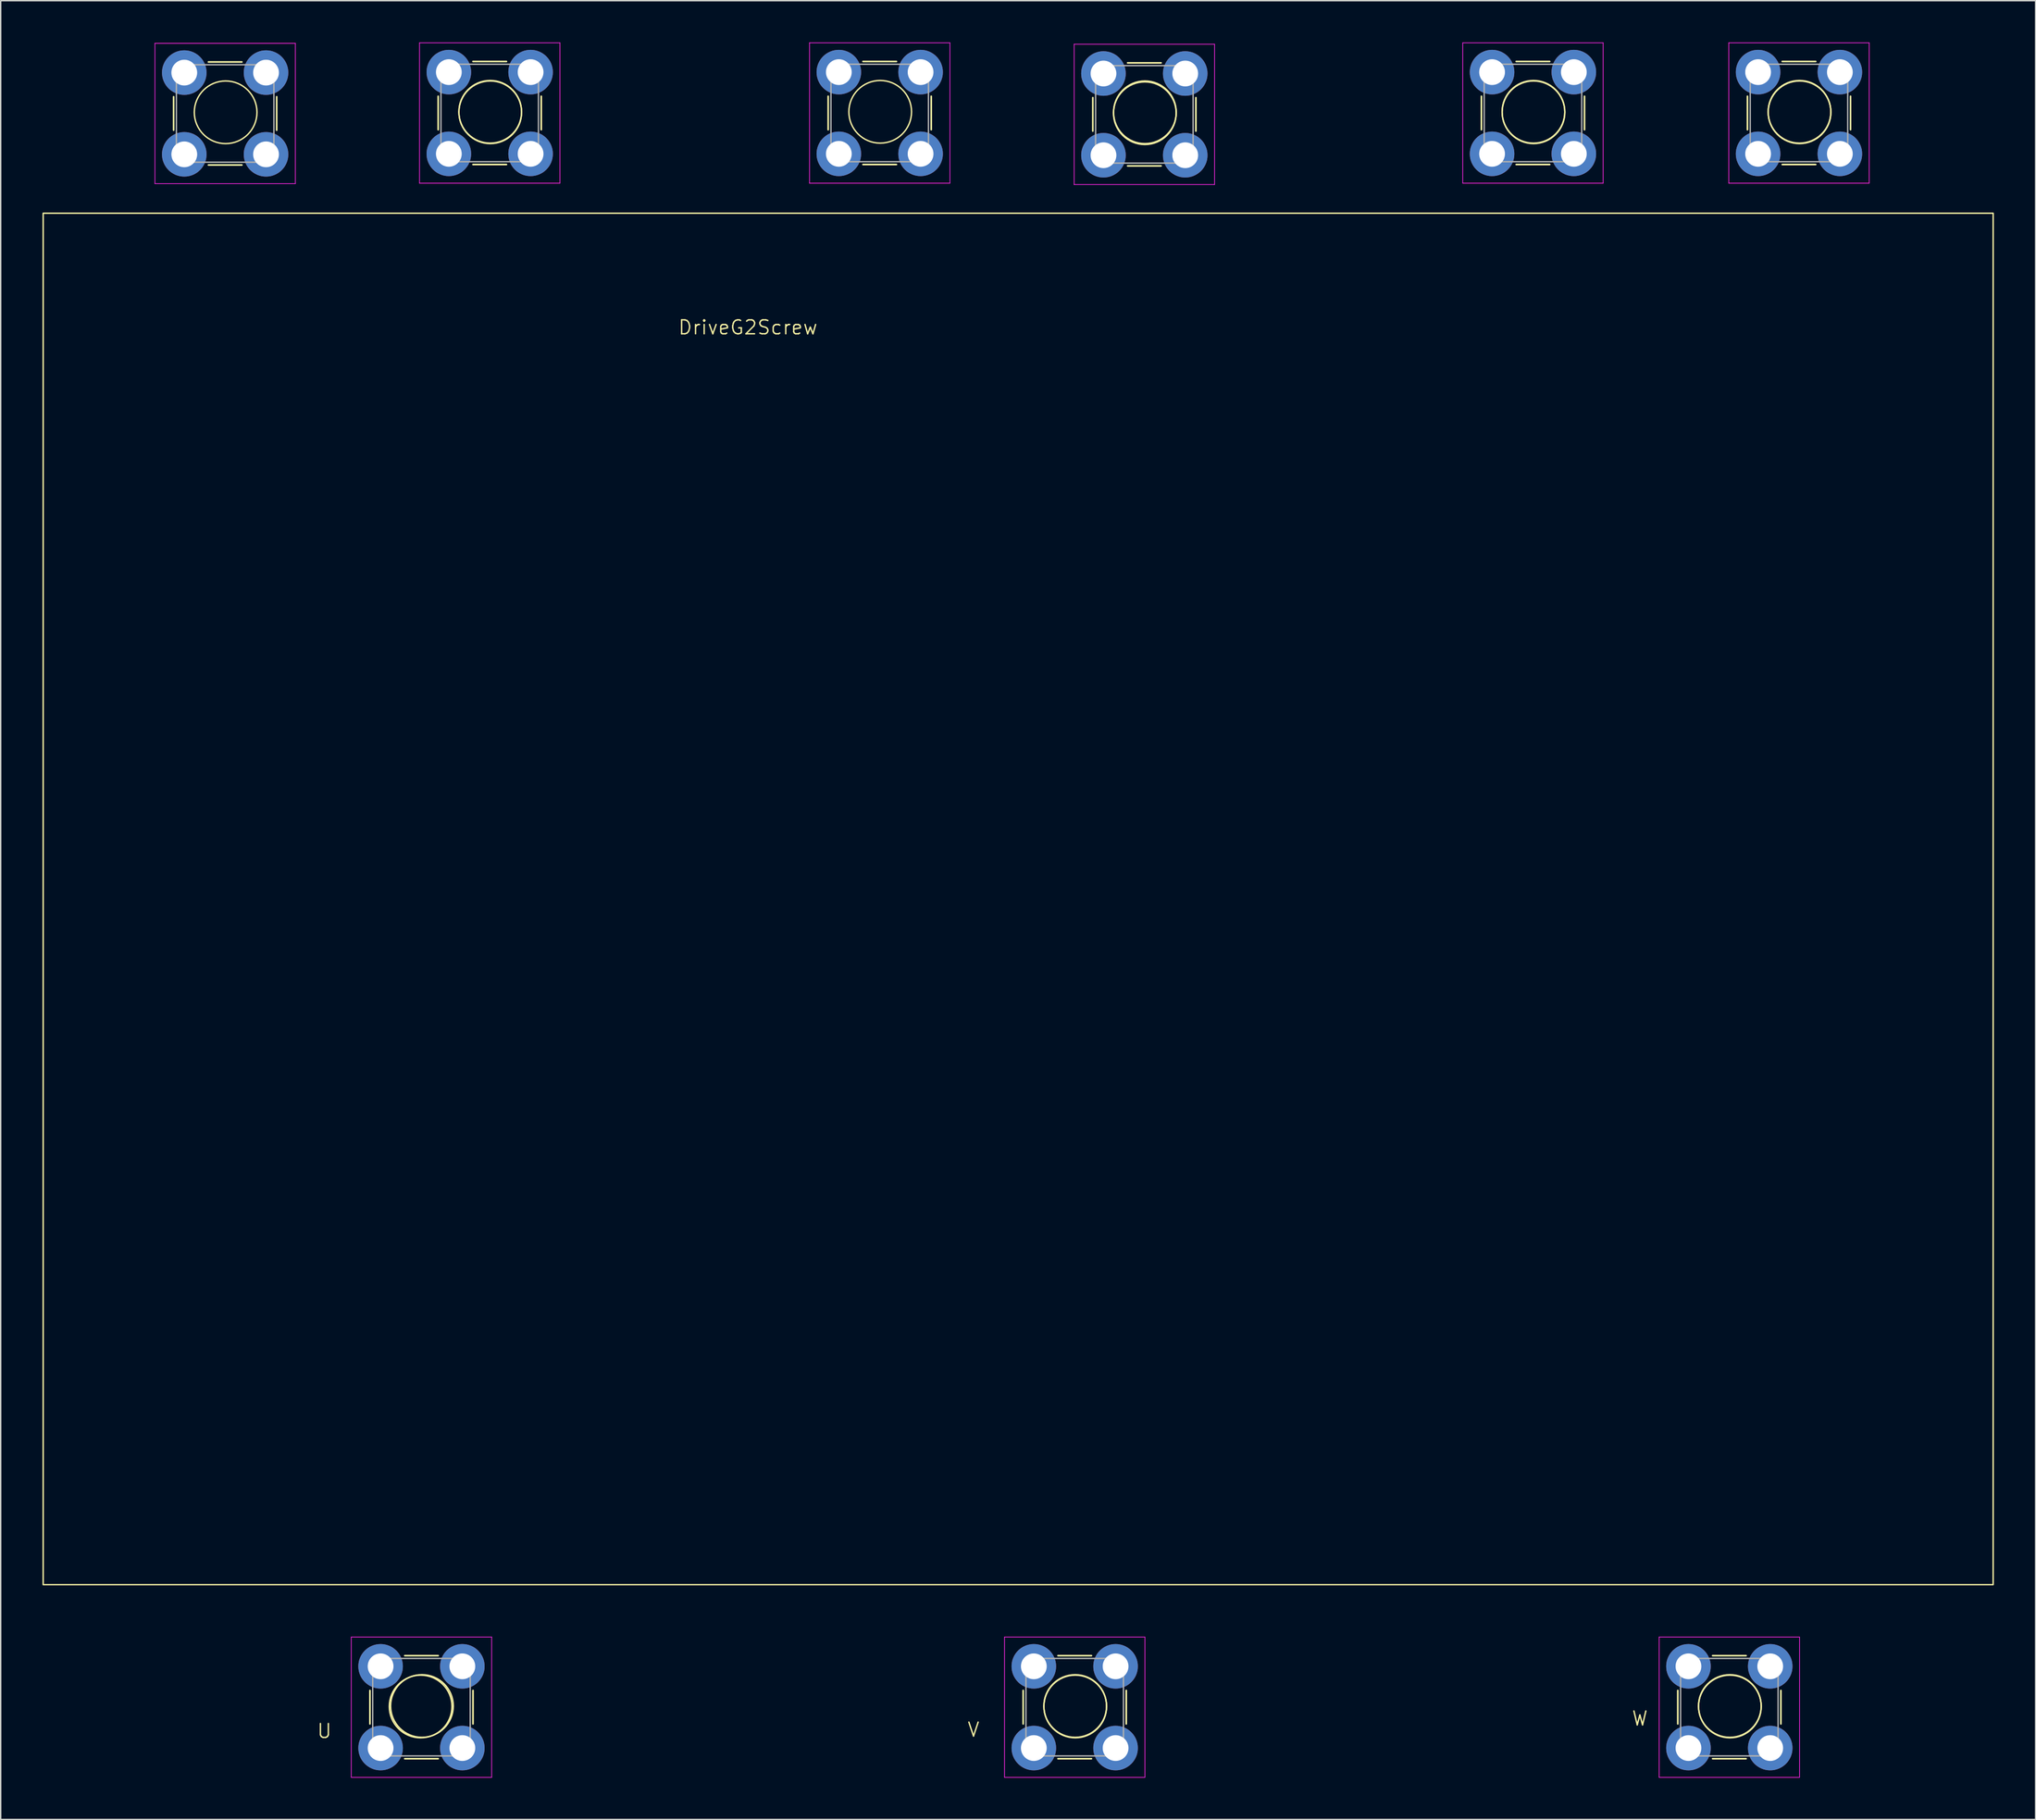
<source format=kicad_pcb>
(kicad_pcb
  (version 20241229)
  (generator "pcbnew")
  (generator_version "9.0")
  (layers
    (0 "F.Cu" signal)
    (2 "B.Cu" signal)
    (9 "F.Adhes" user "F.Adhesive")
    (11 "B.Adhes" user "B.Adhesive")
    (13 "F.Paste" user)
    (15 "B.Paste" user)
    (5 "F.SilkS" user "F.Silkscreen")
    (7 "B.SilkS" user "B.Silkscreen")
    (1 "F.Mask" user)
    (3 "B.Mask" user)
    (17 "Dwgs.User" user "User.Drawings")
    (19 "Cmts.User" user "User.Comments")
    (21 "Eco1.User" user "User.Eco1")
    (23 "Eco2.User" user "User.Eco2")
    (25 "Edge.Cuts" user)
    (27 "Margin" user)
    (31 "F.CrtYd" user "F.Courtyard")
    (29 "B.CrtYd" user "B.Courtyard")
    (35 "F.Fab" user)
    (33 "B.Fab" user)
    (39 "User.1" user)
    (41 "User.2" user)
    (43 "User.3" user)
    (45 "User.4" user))
  (footprint "DriveG2Screw"
    (layer "F.Cu")
    (at 53.55 21.265)
    (property "Reference" "DriveG2Screw" (at -2.9 -0.8 0) (unlocked yes) (layer "F.SilkS") (effects (font (size 1 1) (thickness 0.1))))
    (attr smd)
    (fp_line (start -44.135 -14.965) (end -44.135 -17.365) (stroke (width 0.12) (type solid)) (layer "F.SilkS"))
    (fp_line (start -41.635 -19.865) (end -39.235 -19.865) (stroke (width 0.12) (type solid)) (layer "F.SilkS"))
    (fp_line (start -39.235 -12.465) (end -41.635 -12.465) (stroke (width 0.12) (type solid)) (layer "F.SilkS"))
    (fp_line (start -36.735 -17.365) (end -36.735 -14.965) (stroke (width 0.12) (type solid)) (layer "F.SilkS"))
    (fp_line (start -30.04 99.5) (end -30.04 97.1) (stroke (width 0.12) (type solid)) (layer "F.SilkS"))
    (fp_line (start -27.54 94.6) (end -25.14 94.6) (stroke (width 0.12) (type solid)) (layer "F.SilkS"))
    (fp_line (start -25.14 -15) (end -25.14 -17.4) (stroke (width 0.12) (type solid)) (layer "F.SilkS"))
    (fp_line (start -25.14 102) (end -27.54 102) (stroke (width 0.12) (type solid)) (layer "F.SilkS"))
    (fp_line (start -22.64 -19.9) (end -20.24 -19.9) (stroke (width 0.12) (type solid)) (layer "F.SilkS"))
    (fp_line (start -22.64 97.1) (end -22.64 99.5) (stroke (width 0.12) (type solid)) (layer "F.SilkS"))
    (fp_line (start -20.24 -12.5) (end -22.64 -12.5) (stroke (width 0.12) (type solid)) (layer "F.SilkS"))
    (fp_line (start -17.74 -17.4) (end -17.74 -15) (stroke (width 0.12) (type solid)) (layer "F.SilkS"))
    (fp_line (start 2.86 -15) (end 2.86 -17.4) (stroke (width 0.12) (type solid)) (layer "F.SilkS"))
    (fp_line (start 5.36 -19.9) (end 7.76 -19.9) (stroke (width 0.12) (type solid)) (layer "F.SilkS"))
    (fp_line (start 7.76 -12.5) (end 5.36 -12.5) (stroke (width 0.12) (type solid)) (layer "F.SilkS"))
    (fp_line (start 10.26 -17.4) (end 10.26 -15) (stroke (width 0.12) (type solid)) (layer "F.SilkS"))
    (fp_line (start 16.86 99.5) (end 16.86 97.1) (stroke (width 0.12) (type solid)) (layer "F.SilkS"))
    (fp_line (start 19.36 94.6) (end 21.76 94.6) (stroke (width 0.12) (type solid)) (layer "F.SilkS"))
    (fp_line (start 21.76 102) (end 19.36 102) (stroke (width 0.12) (type solid)) (layer "F.SilkS"))
    (fp_line (start 21.86 -14.9) (end 21.86 -17.3) (stroke (width 0.12) (type solid)) (layer "F.SilkS"))
    (fp_line (start 24.26 97.1) (end 24.26 99.5) (stroke (width 0.12) (type solid)) (layer "F.SilkS"))
    (fp_line (start 24.36 -19.8) (end 26.76 -19.8) (stroke (width 0.12) (type solid)) (layer "F.SilkS"))
    (fp_line (start 26.76 -12.4) (end 24.36 -12.4) (stroke (width 0.12) (type solid)) (layer "F.SilkS"))
    (fp_line (start 29.26 -17.3) (end 29.26 -14.9) (stroke (width 0.12) (type solid)) (layer "F.SilkS"))
    (fp_line (start 49.76 -15) (end 49.76 -17.4) (stroke (width 0.12) (type solid)) (layer "F.SilkS"))
    (fp_line (start 52.26 -19.9) (end 54.66 -19.9) (stroke (width 0.12) (type solid)) (layer "F.SilkS"))
    (fp_line (start 54.66 -12.5) (end 52.26 -12.5) (stroke (width 0.12) (type solid)) (layer "F.SilkS"))
    (fp_line (start 57.16 -17.4) (end 57.16 -15) (stroke (width 0.12) (type solid)) (layer "F.SilkS"))
    (fp_line (start 63.86 99.5) (end 63.86 97.1) (stroke (width 0.12) (type solid)) (layer "F.SilkS"))
    (fp_line (start 66.36 94.6) (end 68.76 94.6) (stroke (width 0.12) (type solid)) (layer "F.SilkS"))
    (fp_line (start 68.76 102) (end 66.36 102) (stroke (width 0.12) (type solid)) (layer "F.SilkS"))
    (fp_line (start 68.86 -15) (end 68.86 -17.4) (stroke (width 0.12) (type solid)) (layer "F.SilkS"))
    (fp_line (start 71.26 97.1) (end 71.26 99.5) (stroke (width 0.12) (type solid)) (layer "F.SilkS"))
    (fp_line (start 71.36 -19.9) (end 73.76 -19.9) (stroke (width 0.12) (type solid)) (layer "F.SilkS"))
    (fp_line (start 73.76 -12.5) (end 71.36 -12.5) (stroke (width 0.12) (type solid)) (layer "F.SilkS"))
    (fp_line (start 76.26 -17.4) (end 76.26 -15) (stroke (width 0.12) (type solid)) (layer "F.SilkS"))
    (fp_rect (start -53.5 -9) (end 86.5 89.5) (stroke (width 0.1) (type default)) (fill no) (layer "F.SilkS"))
    (fp_circle (center -40.4 -16.25) (end -38.15 -16.25) (stroke (width 0.1) (type solid)) (fill no) (layer "F.SilkS"))
    (fp_circle (center -26.4 98.25) (end -24.15 98.25) (stroke (width 0.1) (type solid)) (fill no) (layer "F.SilkS"))
    (fp_circle (center -26.305 98.215) (end -24.055 98.215) (stroke (width 0.1) (type solid)) (fill no) (layer "F.SilkS"))
    (fp_circle (center -21.405 -16.285) (end -19.155 -16.285) (stroke (width 0.1) (type solid)) (fill no) (layer "F.SilkS"))
    (fp_circle (center -21.4 -16.25) (end -19.15 -16.25) (stroke (width 0.1) (type solid)) (fill no) (layer "F.SilkS"))
    (fp_circle (center 6.595 -16.285) (end 8.845 -16.285) (stroke (width 0.1) (type solid)) (fill no) (layer "F.SilkS"))
    (fp_circle (center 20.595 98.215) (end 22.845 98.215) (stroke (width 0.1) (type solid)) (fill no) (layer "F.SilkS"))
    (fp_circle (center 20.6 98.25) (end 22.85 98.25) (stroke (width 0.1) (type solid)) (fill no) (layer "F.SilkS"))
    (fp_circle (center 25.595 -16.185) (end 27.845 -16.185) (stroke (width 0.1) (type solid)) (fill no) (layer "F.SilkS"))
    (fp_circle (center 25.6 -16.25) (end 27.85 -16.25) (stroke (width 0.1) (type solid)) (fill no) (layer "F.SilkS"))
    (fp_circle (center 53.495 -16.285) (end 55.745 -16.285) (stroke (width 0.1) (type solid)) (fill no) (layer "F.SilkS"))
    (fp_circle (center 53.5 -16.25) (end 55.75 -16.25) (stroke (width 0.1) (type solid)) (fill no) (layer "F.SilkS"))
    (fp_circle (center 67.595 98.215) (end 69.845 98.215) (stroke (width 0.1) (type solid)) (fill no) (layer "F.SilkS"))
    (fp_circle (center 67.6 98.25) (end 69.85 98.25) (stroke (width 0.1) (type solid)) (fill no) (layer "F.SilkS"))
    (fp_circle (center 72.595 -16.285) (end 74.845 -16.285) (stroke (width 0.1) (type solid)) (fill no) (layer "F.SilkS"))
    (fp_circle (center 72.6 -16.25) (end 74.85 -16.25) (stroke (width 0.1) (type solid)) (fill no) (layer "F.SilkS"))
    (fp_line (start -45.475 -21.205) (end -35.395 -21.205) (stroke (width 0.05) (type solid)) (layer "F.CrtYd"))
    (fp_line (start -45.475 -11.125) (end -45.475 -21.205) (stroke (width 0.05) (type solid)) (layer "F.CrtYd"))
    (fp_line (start -35.395 -21.205) (end -35.395 -11.125) (stroke (width 0.05) (type solid)) (layer "F.CrtYd"))
    (fp_line (start -35.395 -11.125) (end -45.475 -11.125) (stroke (width 0.05) (type solid)) (layer "F.CrtYd"))
    (fp_line (start -31.38 93.26) (end -21.3 93.26) (stroke (width 0.05) (type solid)) (layer "F.CrtYd"))
    (fp_line (start -31.38 103.34) (end -31.38 93.26) (stroke (width 0.05) (type solid)) (layer "F.CrtYd"))
    (fp_line (start -26.48 -21.24) (end -16.4 -21.24) (stroke (width 0.05) (type solid)) (layer "F.CrtYd"))
    (fp_line (start -26.48 -11.16) (end -26.48 -21.24) (stroke (width 0.05) (type solid)) (layer "F.CrtYd"))
    (fp_line (start -21.3 93.26) (end -21.3 103.34) (stroke (width 0.05) (type solid)) (layer "F.CrtYd"))
    (fp_line (start -21.3 103.34) (end -31.38 103.34) (stroke (width 0.05) (type solid)) (layer "F.CrtYd"))
    (fp_line (start -16.4 -21.24) (end -16.4 -11.16) (stroke (width 0.05) (type solid)) (layer "F.CrtYd"))
    (fp_line (start -16.4 -11.16) (end -26.48 -11.16) (stroke (width 0.05) (type solid)) (layer "F.CrtYd"))
    (fp_line (start 1.52 -21.24) (end 11.6 -21.24) (stroke (width 0.05) (type solid)) (layer "F.CrtYd"))
    (fp_line (start 1.52 -11.16) (end 1.52 -21.24) (stroke (width 0.05) (type solid)) (layer "F.CrtYd"))
    (fp_line (start 11.6 -21.24) (end 11.6 -11.16) (stroke (width 0.05) (type solid)) (layer "F.CrtYd"))
    (fp_line (start 11.6 -11.16) (end 1.52 -11.16) (stroke (width 0.05) (type solid)) (layer "F.CrtYd"))
    (fp_line (start 15.52 93.26) (end 25.6 93.26) (stroke (width 0.05) (type solid)) (layer "F.CrtYd"))
    (fp_line (start 15.52 103.34) (end 15.52 93.26) (stroke (width 0.05) (type solid)) (layer "F.CrtYd"))
    (fp_line (start 20.52 -21.14) (end 30.6 -21.14) (stroke (width 0.05) (type solid)) (layer "F.CrtYd"))
    (fp_line (start 20.52 -11.06) (end 20.52 -21.14) (stroke (width 0.05) (type solid)) (layer "F.CrtYd"))
    (fp_line (start 25.6 93.26) (end 25.6 103.34) (stroke (width 0.05) (type solid)) (layer "F.CrtYd"))
    (fp_line (start 25.6 103.34) (end 15.52 103.34) (stroke (width 0.05) (type solid)) (layer "F.CrtYd"))
    (fp_line (start 30.6 -21.14) (end 30.6 -11.06) (stroke (width 0.05) (type solid)) (layer "F.CrtYd"))
    (fp_line (start 30.6 -11.06) (end 20.52 -11.06) (stroke (width 0.05) (type solid)) (layer "F.CrtYd"))
    (fp_line (start 48.42 -21.24) (end 58.5 -21.24) (stroke (width 0.05) (type solid)) (layer "F.CrtYd"))
    (fp_line (start 48.42 -11.16) (end 48.42 -21.24) (stroke (width 0.05) (type solid)) (layer "F.CrtYd"))
    (fp_line (start 58.5 -21.24) (end 58.5 -11.16) (stroke (width 0.05) (type solid)) (layer "F.CrtYd"))
    (fp_line (start 58.5 -11.16) (end 48.42 -11.16) (stroke (width 0.05) (type solid)) (layer "F.CrtYd"))
    (fp_line (start 62.52 93.26) (end 72.6 93.26) (stroke (width 0.05) (type solid)) (layer "F.CrtYd"))
    (fp_line (start 62.52 103.34) (end 62.52 93.26) (stroke (width 0.05) (type solid)) (layer "F.CrtYd"))
    (fp_line (start 67.52 -21.24) (end 77.6 -21.24) (stroke (width 0.05) (type solid)) (layer "F.CrtYd"))
    (fp_line (start 67.52 -11.16) (end 67.52 -21.24) (stroke (width 0.05) (type solid)) (layer "F.CrtYd"))
    (fp_line (start 72.6 93.26) (end 72.6 103.34) (stroke (width 0.05) (type solid)) (layer "F.CrtYd"))
    (fp_line (start 72.6 103.34) (end 62.52 103.34) (stroke (width 0.05) (type solid)) (layer "F.CrtYd"))
    (fp_line (start 77.6 -21.24) (end 77.6 -11.16) (stroke (width 0.05) (type solid)) (layer "F.CrtYd"))
    (fp_line (start 77.6 -11.16) (end 67.52 -11.16) (stroke (width 0.05) (type solid)) (layer "F.CrtYd"))
    (fp_line (start -43.935 -19.665) (end -36.935 -19.665) (stroke (width 0.1) (type solid)) (layer "F.Fab"))
    (fp_line (start -43.935 -12.665) (end -43.935 -19.665) (stroke (width 0.1) (type solid)) (layer "F.Fab"))
    (fp_line (start -36.935 -19.665) (end -36.935 -12.665) (stroke (width 0.1) (type solid)) (layer "F.Fab"))
    (fp_line (start -36.935 -12.665) (end -43.935 -12.665) (stroke (width 0.1) (type solid)) (layer "F.Fab"))
    (fp_line (start -29.84 94.8) (end -22.84 94.8) (stroke (width 0.1) (type solid)) (layer "F.Fab"))
    (fp_line (start -29.84 101.8) (end -29.84 94.8) (stroke (width 0.1) (type solid)) (layer "F.Fab"))
    (fp_line (start -24.94 -19.7) (end -17.94 -19.7) (stroke (width 0.1) (type solid)) (layer "F.Fab"))
    (fp_line (start -24.94 -12.7) (end -24.94 -19.7) (stroke (width 0.1) (type solid)) (layer "F.Fab"))
    (fp_line (start -22.84 94.8) (end -22.84 101.8) (stroke (width 0.1) (type solid)) (layer "F.Fab"))
    (fp_line (start -22.84 101.8) (end -29.84 101.8) (stroke (width 0.1) (type solid)) (layer "F.Fab"))
    (fp_line (start -17.94 -19.7) (end -17.94 -12.7) (stroke (width 0.1) (type solid)) (layer "F.Fab"))
    (fp_line (start -17.94 -12.7) (end -24.94 -12.7) (stroke (width 0.1) (type solid)) (layer "F.Fab"))
    (fp_line (start 3.06 -19.7) (end 10.06 -19.7) (stroke (width 0.1) (type solid)) (layer "F.Fab"))
    (fp_line (start 3.06 -12.7) (end 3.06 -19.7) (stroke (width 0.1) (type solid)) (layer "F.Fab"))
    (fp_line (start 10.06 -19.7) (end 10.06 -12.7) (stroke (width 0.1) (type solid)) (layer "F.Fab"))
    (fp_line (start 10.06 -12.7) (end 3.06 -12.7) (stroke (width 0.1) (type solid)) (layer "F.Fab"))
    (fp_line (start 17.06 94.8) (end 24.06 94.8) (stroke (width 0.1) (type solid)) (layer "F.Fab"))
    (fp_line (start 17.06 101.8) (end 17.06 94.8) (stroke (width 0.1) (type solid)) (layer "F.Fab"))
    (fp_line (start 22.06 -19.6) (end 29.06 -19.6) (stroke (width 0.1) (type solid)) (layer "F.Fab"))
    (fp_line (start 22.06 -12.6) (end 22.06 -19.6) (stroke (width 0.1) (type solid)) (layer "F.Fab"))
    (fp_line (start 24.06 94.8) (end 24.06 101.8) (stroke (width 0.1) (type solid)) (layer "F.Fab"))
    (fp_line (start 24.06 101.8) (end 17.06 101.8) (stroke (width 0.1) (type solid)) (layer "F.Fab"))
    (fp_line (start 29.06 -19.6) (end 29.06 -12.6) (stroke (width 0.1) (type solid)) (layer "F.Fab"))
    (fp_line (start 29.06 -12.6) (end 22.06 -12.6) (stroke (width 0.1) (type solid)) (layer "F.Fab"))
    (fp_line (start 49.96 -19.7) (end 56.96 -19.7) (stroke (width 0.1) (type solid)) (layer "F.Fab"))
    (fp_line (start 49.96 -12.7) (end 49.96 -19.7) (stroke (width 0.1) (type solid)) (layer "F.Fab"))
    (fp_line (start 56.96 -19.7) (end 56.96 -12.7) (stroke (width 0.1) (type solid)) (layer "F.Fab"))
    (fp_line (start 56.96 -12.7) (end 49.96 -12.7) (stroke (width 0.1) (type solid)) (layer "F.Fab"))
    (fp_line (start 64.06 94.8) (end 71.06 94.8) (stroke (width 0.1) (type solid)) (layer "F.Fab"))
    (fp_line (start 64.06 101.8) (end 64.06 94.8) (stroke (width 0.1) (type solid)) (layer "F.Fab"))
    (fp_line (start 69.06 -19.7) (end 76.06 -19.7) (stroke (width 0.1) (type solid)) (layer "F.Fab"))
    (fp_line (start 69.06 -12.7) (end 69.06 -19.7) (stroke (width 0.1) (type solid)) (layer "F.Fab"))
    (fp_line (start 71.06 94.8) (end 71.06 101.8) (stroke (width 0.1) (type solid)) (layer "F.Fab"))
    (fp_line (start 71.06 101.8) (end 64.06 101.8) (stroke (width 0.1) (type solid)) (layer "F.Fab"))
    (fp_line (start 76.06 -19.7) (end 76.06 -12.7) (stroke (width 0.1) (type solid)) (layer "F.Fab"))
    (fp_line (start 76.06 -12.7) (end 69.06 -12.7) (stroke (width 0.1) (type solid)) (layer "F.Fab"))
    (fp_text user "W" (at 60.5 99.7 0) (unlocked yes) (layer "F.SilkS") (effects (font (size 1 1) (thickness 0.1)) (justify left bottom)))
    (fp_text user "U" (at -33.9 100.6 0) (unlocked yes) (layer "F.SilkS") (effects (font (size 1 1) (thickness 0.1)) (justify left bottom)))
    (fp_text user "V" (at 12.8 100.5 0) (unlocked yes) (layer "F.SilkS") (effects (font (size 1 1) (thickness 0.1)) (justify left bottom)))
    (pad "" smd circle (at -43.37 -19.1) (size 3.1 3.1) (layers "F.Paste"))
    (pad "" smd circle (at -43.37 -13.23) (size 3.1 3.1) (layers "F.Paste"))
    (pad "" smd circle (at -37.5 -19.1) (size 3.1 3.1) (layers "F.Paste"))
    (pad "" smd circle (at -37.5 -13.23) (size 3.1 3.1) (layers "F.Paste"))
    (pad "" smd circle (at -29.275 95.365) (size 3.1 3.1) (layers "F.Paste"))
    (pad "" smd circle (at -29.275 101.235) (size 3.1 3.1) (layers "F.Paste"))
    (pad "" smd circle (at -24.375 -19.135) (size 3.1 3.1) (layers "F.Paste"))
    (pad "" smd circle (at -24.375 -13.265) (size 3.1 3.1) (layers "F.Paste"))
    (pad "" smd circle (at -23.405 95.365) (size 3.1 3.1) (layers "F.Paste"))
    (pad "" smd circle (at -23.405 101.235) (size 3.1 3.1) (layers "F.Paste"))
    (pad "" smd circle (at -18.505 -19.135) (size 3.1 3.1) (layers "F.Paste"))
    (pad "" smd circle (at -18.505 -13.265) (size 3.1 3.1) (layers "F.Paste"))
    (pad "" smd circle (at 3.625 -19.135) (size 3.1 3.1) (layers "F.Paste"))
    (pad "" smd circle (at 3.625 -13.265) (size 3.1 3.1) (layers "F.Paste"))
    (pad "" smd circle (at 9.495 -19.135) (size 3.1 3.1) (layers "F.Paste"))
    (pad "" smd circle (at 9.495 -13.265) (size 3.1 3.1) (layers "F.Paste"))
    (pad "" smd circle (at 17.625 95.365) (size 3.1 3.1) (layers "F.Paste"))
    (pad "" smd circle (at 17.625 101.235) (size 3.1 3.1) (layers "F.Paste"))
    (pad "" smd circle (at 22.625 -19.035) (size 3.1 3.1) (layers "F.Paste"))
    (pad "" smd circle (at 22.625 -13.165) (size 3.1 3.1) (layers "F.Paste"))
    (pad "" smd circle (at 23.495 95.365) (size 3.1 3.1) (layers "F.Paste"))
    (pad "" smd circle (at 23.495 101.235) (size 3.1 3.1) (layers "F.Paste"))
    (pad "" smd circle (at 28.495 -19.035) (size 3.1 3.1) (layers "F.Paste"))
    (pad "" smd circle (at 28.495 -13.165) (size 3.1 3.1) (layers "F.Paste"))
    (pad "" smd circle (at 50.525 -19.135) (size 3.1 3.1) (layers "F.Paste"))
    (pad "" smd circle (at 50.525 -13.265) (size 3.1 3.1) (layers "F.Paste"))
    (pad "" smd circle (at 56.395 -19.135) (size 3.1 3.1) (layers "F.Paste"))
    (pad "" smd circle (at 56.395 -13.265) (size 3.1 3.1) (layers "F.Paste"))
    (pad "" smd circle (at 64.625 95.365) (size 3.1 3.1) (layers "F.Paste"))
    (pad "" smd circle (at 64.625 101.235) (size 3.1 3.1) (layers "F.Paste"))
    (pad "" smd circle (at 69.625 -19.135) (size 3.1 3.1) (layers "F.Paste"))
    (pad "" smd circle (at 69.625 -13.265) (size 3.1 3.1) (layers "F.Paste"))
    (pad "" smd circle (at 70.495 95.365) (size 3.1 3.1) (layers "F.Paste"))
    (pad "" smd circle (at 70.495 101.235) (size 3.1 3.1) (layers "F.Paste"))
    (pad "" smd circle (at 75.495 -19.135) (size 3.1 3.1) (layers "F.Paste"))
    (pad "" smd circle (at 75.495 -13.265) (size 3.1 3.1) (layers "F.Paste"))
    (pad "1" thru_hole circle (at -43.37 -19.1) (size 3.2 3.2) (drill 1.85) (layers "*.Cu" "*.Mask"))
    (pad "1" thru_hole circle (at -43.37 -13.23) (size 3.2 3.2) (drill 1.85) (layers "*.Cu" "*.Mask"))
    (pad "1" thru_hole circle (at -37.5 -19.1) (size 3.2 3.2) (drill 1.85) (layers "*.Cu" "*.Mask"))
    (pad "1" thru_hole circle (at -37.5 -13.23) (size 3.2 3.2) (drill 1.85) (layers "*.Cu" "*.Mask"))
    (pad "2" thru_hole circle (at -24.375 -19.135) (size 3.2 3.2) (drill 1.85) (layers "*.Cu" "*.Mask"))
    (pad "2" thru_hole circle (at -24.375 -13.265) (size 3.2 3.2) (drill 1.85) (layers "*.Cu" "*.Mask"))
    (pad "2" thru_hole circle (at -18.505 -19.135) (size 3.2 3.2) (drill 1.85) (layers "*.Cu" "*.Mask"))
    (pad "2" thru_hole circle (at -18.505 -13.265) (size 3.2 3.2) (drill 1.85) (layers "*.Cu" "*.Mask"))
    (pad "3" thru_hole circle (at 3.625 -19.135) (size 3.2 3.2) (drill 1.85) (layers "*.Cu" "*.Mask"))
    (pad "3" thru_hole circle (at 3.625 -13.265) (size 3.2 3.2) (drill 1.85) (layers "*.Cu" "*.Mask"))
    (pad "3" thru_hole circle (at 9.495 -19.135) (size 3.2 3.2) (drill 1.85) (layers "*.Cu" "*.Mask"))
    (pad "3" thru_hole circle (at 9.495 -13.265) (size 3.2 3.2) (drill 1.85) (layers "*.Cu" "*.Mask"))
    (pad "4" thru_hole circle (at 22.625 -19.035) (size 3.2 3.2) (drill 1.85) (layers "*.Cu" "*.Mask"))
    (pad "4" thru_hole circle (at 22.625 -13.165) (size 3.2 3.2) (drill 1.85) (layers "*.Cu" "*.Mask"))
    (pad "4" thru_hole circle (at 28.495 -19.035) (size 3.2 3.2) (drill 1.85) (layers "*.Cu" "*.Mask"))
    (pad "4" thru_hole circle (at 28.495 -13.165) (size 3.2 3.2) (drill 1.85) (layers "*.Cu" "*.Mask"))
    (pad "5" thru_hole circle (at 50.525 -19.135) (size 3.2 3.2) (drill 1.85) (layers "*.Cu" "*.Mask"))
    (pad "5" thru_hole circle (at 50.525 -13.265) (size 3.2 3.2) (drill 1.85) (layers "*.Cu" "*.Mask"))
    (pad "5" thru_hole circle (at 56.395 -19.135) (size 3.2 3.2) (drill 1.85) (layers "*.Cu" "*.Mask"))
    (pad "5" thru_hole circle (at 56.395 -13.265) (size 3.2 3.2) (drill 1.85) (layers "*.Cu" "*.Mask"))
    (pad "6" thru_hole circle (at 69.625 -19.135) (size 3.2 3.2) (drill 1.85) (layers "*.Cu" "*.Mask"))
    (pad "6" thru_hole circle (at 69.625 -13.265) (size 3.2 3.2) (drill 1.85) (layers "*.Cu" "*.Mask"))
    (pad "6" thru_hole circle (at 75.495 -19.135) (size 3.2 3.2) (drill 1.85) (layers "*.Cu" "*.Mask"))
    (pad "6" thru_hole circle (at 75.495 -13.265) (size 3.2 3.2) (drill 1.85) (layers "*.Cu" "*.Mask"))
    (pad "7" thru_hole circle (at -29.275 95.365) (size 3.2 3.2) (drill 1.85) (layers "*.Cu" "*.Mask"))
    (pad "7" thru_hole circle (at -29.275 101.235) (size 3.2 3.2) (drill 1.85) (layers "*.Cu" "*.Mask"))
    (pad "7" thru_hole circle (at -23.405 95.365) (size 3.2 3.2) (drill 1.85) (layers "*.Cu" "*.Mask"))
    (pad "7" thru_hole circle (at -23.405 101.235) (size 3.2 3.2) (drill 1.85) (layers "*.Cu" "*.Mask"))
    (pad "8" thru_hole circle (at 17.625 95.365) (size 3.2 3.2) (drill 1.85) (layers "*.Cu" "*.Mask"))
    (pad "8" thru_hole circle (at 17.625 101.235) (size 3.2 3.2) (drill 1.85) (layers "*.Cu" "*.Mask"))
    (pad "8" thru_hole circle (at 23.495 95.365) (size 3.2 3.2) (drill 1.85) (layers "*.Cu" "*.Mask"))
    (pad "8" thru_hole circle (at 23.495 101.235) (size 3.2 3.2) (drill 1.85) (layers "*.Cu" "*.Mask"))
    (pad "9" thru_hole circle (at 64.625 95.365) (size 3.2 3.2) (drill 1.85) (layers "*.Cu" "*.Mask"))
    (pad "9" thru_hole circle (at 64.625 101.235) (size 3.2 3.2) (drill 1.85) (layers "*.Cu" "*.Mask"))
    (pad "9" thru_hole circle (at 70.495 95.365) (size 3.2 3.2) (drill 1.85) (layers "*.Cu" "*.Mask"))
    (pad "9" thru_hole circle (at 70.495 101.235) (size 3.2 3.2) (drill 1.85) (layers "*.Cu" "*.Mask")))
  (gr_rect
    (start -3 -3)
    (end 143.1 127.63)
    (stroke (width 0.1) (type default))
    (fill no)
    (layer "Edge.Cuts")))
</source>
